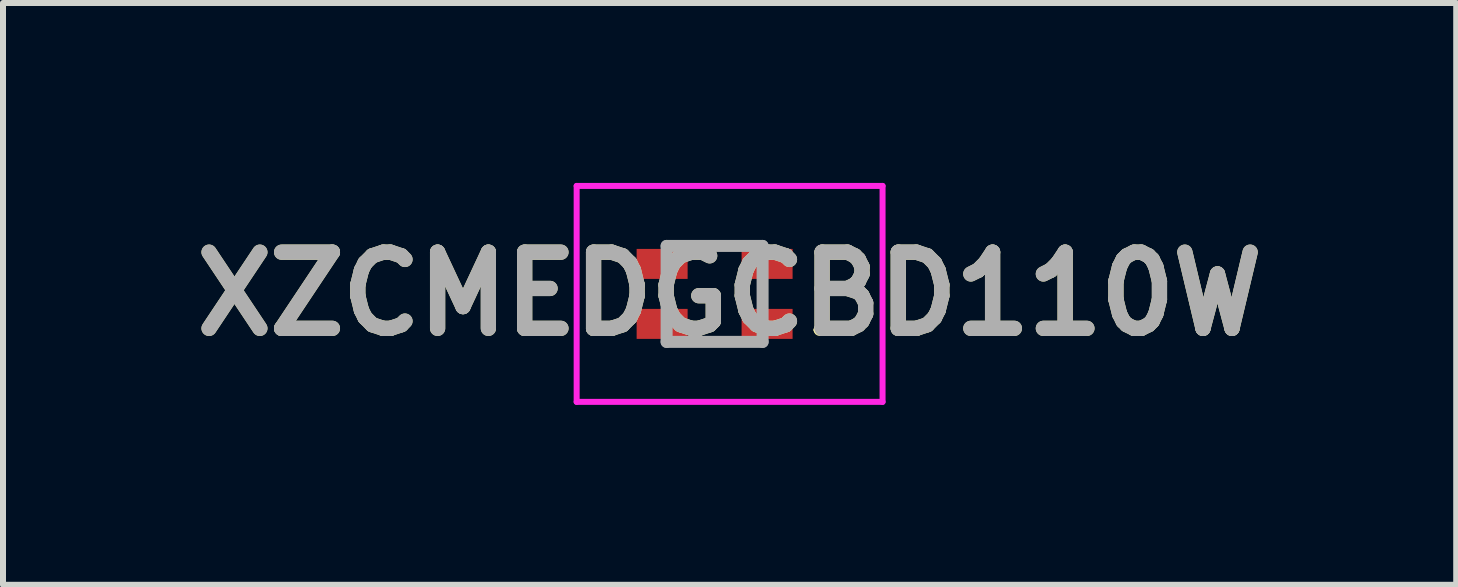
<source format=kicad_pcb>
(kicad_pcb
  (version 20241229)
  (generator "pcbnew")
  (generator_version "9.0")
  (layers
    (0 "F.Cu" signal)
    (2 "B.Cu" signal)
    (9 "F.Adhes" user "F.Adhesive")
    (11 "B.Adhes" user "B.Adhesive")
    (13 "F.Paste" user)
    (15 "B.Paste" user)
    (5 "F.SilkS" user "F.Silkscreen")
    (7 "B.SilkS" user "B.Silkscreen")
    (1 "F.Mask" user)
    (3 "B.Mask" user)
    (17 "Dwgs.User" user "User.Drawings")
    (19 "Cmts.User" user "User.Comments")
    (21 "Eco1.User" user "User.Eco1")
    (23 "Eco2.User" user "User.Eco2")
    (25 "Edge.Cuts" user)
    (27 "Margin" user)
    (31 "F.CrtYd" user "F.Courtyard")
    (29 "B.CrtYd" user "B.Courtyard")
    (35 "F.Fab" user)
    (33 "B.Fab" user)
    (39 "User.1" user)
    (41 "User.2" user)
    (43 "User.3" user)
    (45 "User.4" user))
  (footprint "XZCMEDGCBD110W"
    (layer "F.Cu")
    (at 8.864 1.85)
    (property "Reference" "XZCMEDGCBD110W" (at 0.25 0 0) (layer "F.SilkS") (effects (font (size 1.27 1.27) (thickness 0.254))))
    (attr smd)
    (fp_line (start 1.7 0.6) (end 1.7 0.6) (stroke (width 0.1) (type solid)) (layer "F.SilkS"))
    (fp_line (start 1.8 0.6) (end 1.8 0.6) (stroke (width 0.1) (type solid)) (layer "F.SilkS"))
    (fp_arc (start 1.7 0.6) (mid 1.75 0.55) (end 1.8 0.6) (stroke (width 0.1) (type solid)) (layer "F.SilkS"))
    (fp_arc (start 1.8 0.6) (mid 1.75 0.65) (end 1.7 0.6) (stroke (width 0.1) (type solid)) (layer "F.SilkS"))
    (fp_line (start -2.3 -1.8) (end 2.8 -1.8) (stroke (width 0.1) (type solid)) (layer "F.CrtYd"))
    (fp_line (start -2.3 1.8) (end -2.3 -1.8) (stroke (width 0.1) (type solid)) (layer "F.CrtYd"))
    (fp_line (start 2.8 -1.8) (end 2.8 1.8) (stroke (width 0.1) (type solid)) (layer "F.CrtYd"))
    (fp_line (start 2.8 1.8) (end -2.3 1.8) (stroke (width 0.1) (type solid)) (layer "F.CrtYd"))
    (fp_line (start -0.8 -0.8) (end 0.8 -0.8) (stroke (width 0.2) (type solid)) (layer "F.Fab"))
    (fp_line (start -0.8 0.8) (end -0.8 -0.8) (stroke (width 0.2) (type solid)) (layer "F.Fab"))
    (fp_line (start 0.8 -0.8) (end 0.8 0.8) (stroke (width 0.2) (type solid)) (layer "F.Fab"))
    (fp_line (start 0.8 0.8) (end -0.8 0.8) (stroke (width 0.2) (type solid)) (layer "F.Fab"))
    (fp_text user "${REFERENCE}" (at 0.25 0 0) (layer "F.Fab") (effects (font (size 1.27 1.27) (thickness 0.254))))
    (pad "1" smd rect (at 0.875 0.5 90) (size 0.5 0.85) (layers "F.Cu" "F.Mask" "F.Paste"))
    (pad "2" smd rect (at -0.875 0.5 90) (size 0.5 0.85) (layers "F.Cu" "F.Mask" "F.Paste"))
    (pad "3" smd rect (at -0.875 -0.5 90) (size 0.5 0.85) (layers "F.Cu" "F.Mask" "F.Paste"))
    (pad "4" smd rect (at 0.875 -0.5 90) (size 0.5 0.85) (layers "F.Cu" "F.Mask" "F.Paste")))
  (gr_rect
    (start -3 -3)
    (end 21.228 6.7)
    (stroke (width 0.1) (type default))
    (fill no)
    (layer "Edge.Cuts")))
</source>
